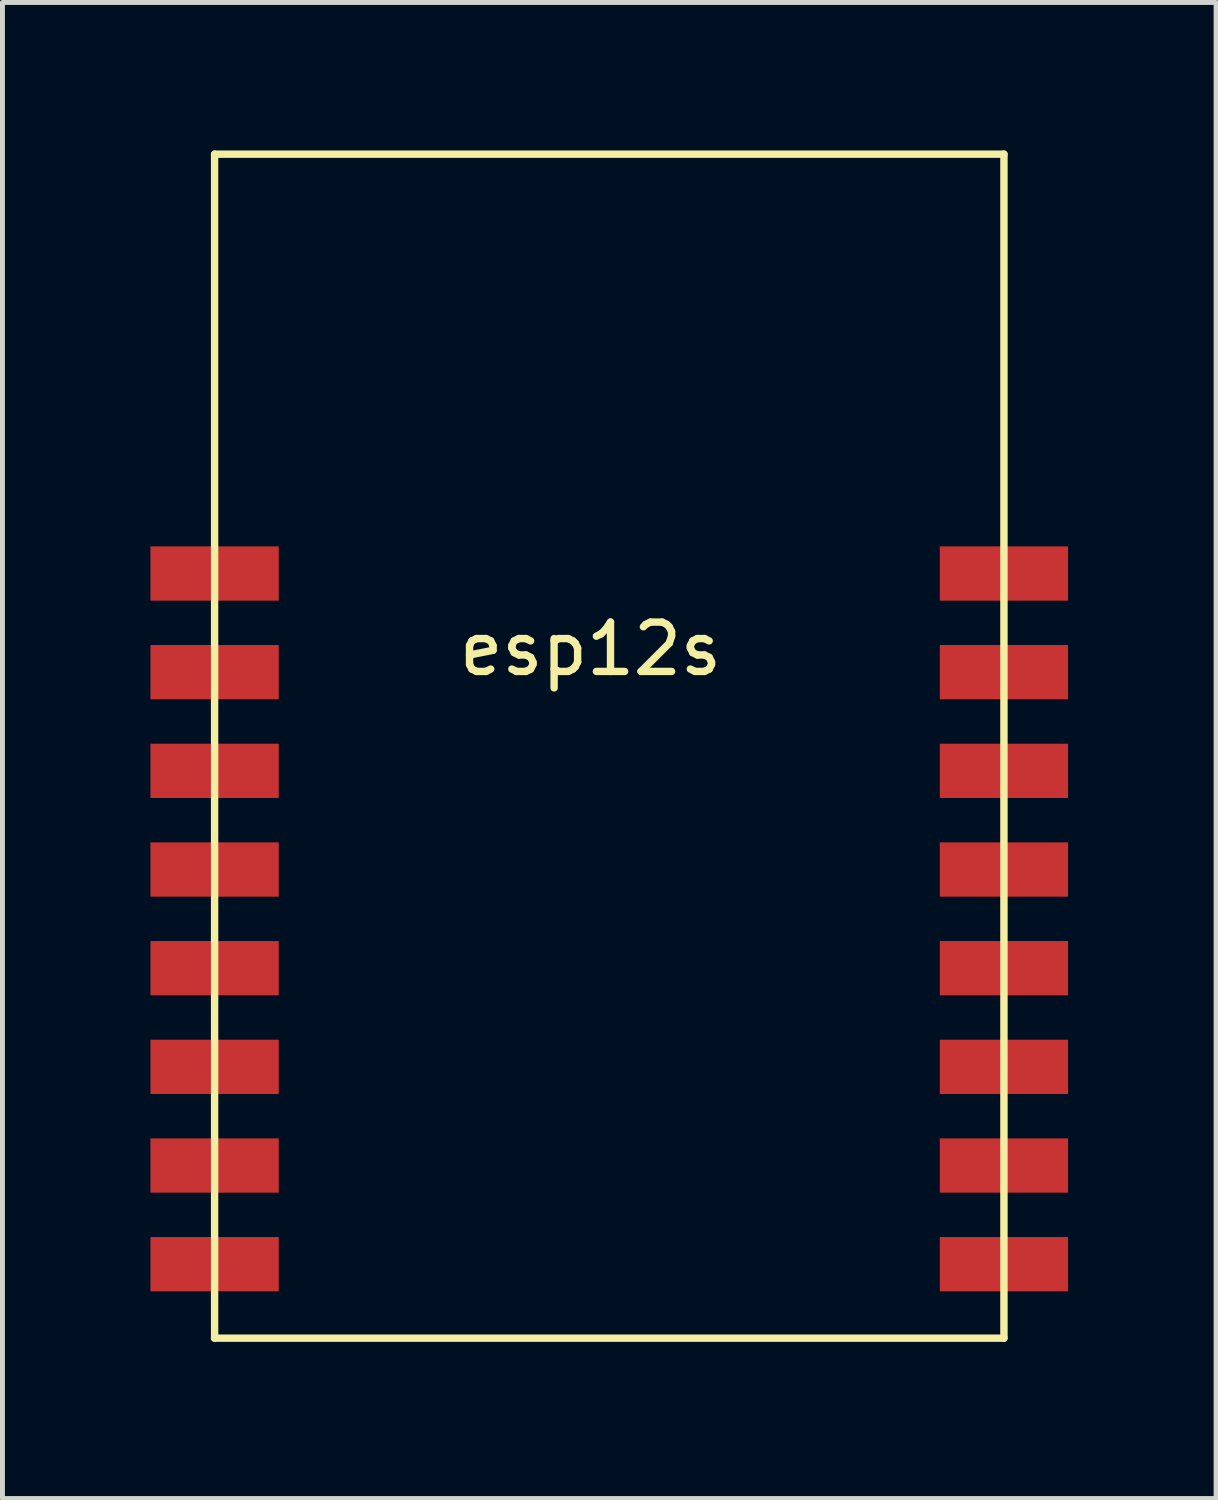
<source format=kicad_pcb>
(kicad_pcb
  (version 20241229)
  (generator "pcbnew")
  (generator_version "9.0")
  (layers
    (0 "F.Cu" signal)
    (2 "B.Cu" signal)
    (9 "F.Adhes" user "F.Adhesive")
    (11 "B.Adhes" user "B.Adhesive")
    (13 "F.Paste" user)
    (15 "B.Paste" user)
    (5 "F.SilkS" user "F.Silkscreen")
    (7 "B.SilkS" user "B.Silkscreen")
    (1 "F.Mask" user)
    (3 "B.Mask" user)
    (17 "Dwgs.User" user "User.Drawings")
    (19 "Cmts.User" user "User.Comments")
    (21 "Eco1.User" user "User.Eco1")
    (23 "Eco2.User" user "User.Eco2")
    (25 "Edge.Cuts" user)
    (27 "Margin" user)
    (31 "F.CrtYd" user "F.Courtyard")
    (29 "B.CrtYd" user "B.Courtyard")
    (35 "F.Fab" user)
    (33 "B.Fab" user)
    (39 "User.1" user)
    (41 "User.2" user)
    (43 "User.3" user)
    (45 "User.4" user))
  (footprint "esp12s"
    (layer "F.Cu")
    (at 1.3 24.075)
    (property "Reference" "esp12s" (at 7.62 -13.97 0) (layer "F.SilkS") (effects (font (size 1 1) (thickness 0.15))))
    (attr through_hole)
    (fp_line (start 0 -24) (end 16 -24) (stroke (width 0.15) (type solid)) (layer "F.SilkS"))
    (fp_line (start 0 0) (end 0 -24) (stroke (width 0.15) (type solid)) (layer "F.SilkS"))
    (fp_line (start 0 0) (end 16 0) (stroke (width 0.15) (type solid)) (layer "F.SilkS"))
    (fp_line (start 16 -24) (end 16 0) (stroke (width 0.15) (type solid)) (layer "F.SilkS"))
    (pad "1" smd rect (at 0 -15.5) (size 2.6 1.1) (layers "F.Cu" "F.Mask" "F.Paste"))
    (pad "2" smd rect (at 0 -13.5) (size 2.6 1.1) (layers "F.Cu" "F.Mask" "F.Paste"))
    (pad "3" smd rect (at 0 -11.5) (size 2.6 1.1) (layers "F.Cu" "F.Mask" "F.Paste"))
    (pad "4" smd rect (at 0 -9.5) (size 2.6 1.1) (layers "F.Cu" "F.Mask" "F.Paste"))
    (pad "5" smd rect (at 0 -7.5) (size 2.6 1.1) (layers "F.Cu" "F.Mask" "F.Paste"))
    (pad "6" smd rect (at 0 -5.5) (size 2.6 1.1) (layers "F.Cu" "F.Mask" "F.Paste"))
    (pad "7" smd rect (at 0 -3.5) (size 2.6 1.1) (layers "F.Cu" "F.Mask" "F.Paste"))
    (pad "8" smd rect (at 0 -1.5) (size 2.6 1.1) (layers "F.Cu" "F.Mask" "F.Paste"))
    (pad "9" smd rect (at 16 -15.5) (size 2.6 1.1) (layers "F.Cu" "F.Mask" "F.Paste"))
    (pad "10" smd rect (at 16 -13.5) (size 2.6 1.1) (layers "F.Cu" "F.Mask" "F.Paste"))
    (pad "11" smd rect (at 16 -11.5) (size 2.6 1.1) (layers "F.Cu" "F.Mask" "F.Paste"))
    (pad "12" smd rect (at 16 -9.5) (size 2.6 1.1) (layers "F.Cu" "F.Mask" "F.Paste"))
    (pad "13" smd rect (at 16 -7.5) (size 2.6 1.1) (layers "F.Cu" "F.Mask" "F.Paste"))
    (pad "14" smd rect (at 16 -5.5) (size 2.6 1.1) (layers "F.Cu" "F.Mask" "F.Paste"))
    (pad "15" smd rect (at 16 -3.5) (size 2.6 1.1) (layers "F.Cu" "F.Mask" "F.Paste"))
    (pad "16" smd rect (at 16 -1.5) (size 2.6 1.1) (layers "F.Cu" "F.Mask" "F.Paste")))
  (gr_rect
    (start -3 -3)
    (end 21.6 27.325)
    (stroke (width 0.1) (type default))
    (fill no)
    (layer "Edge.Cuts")))
</source>
